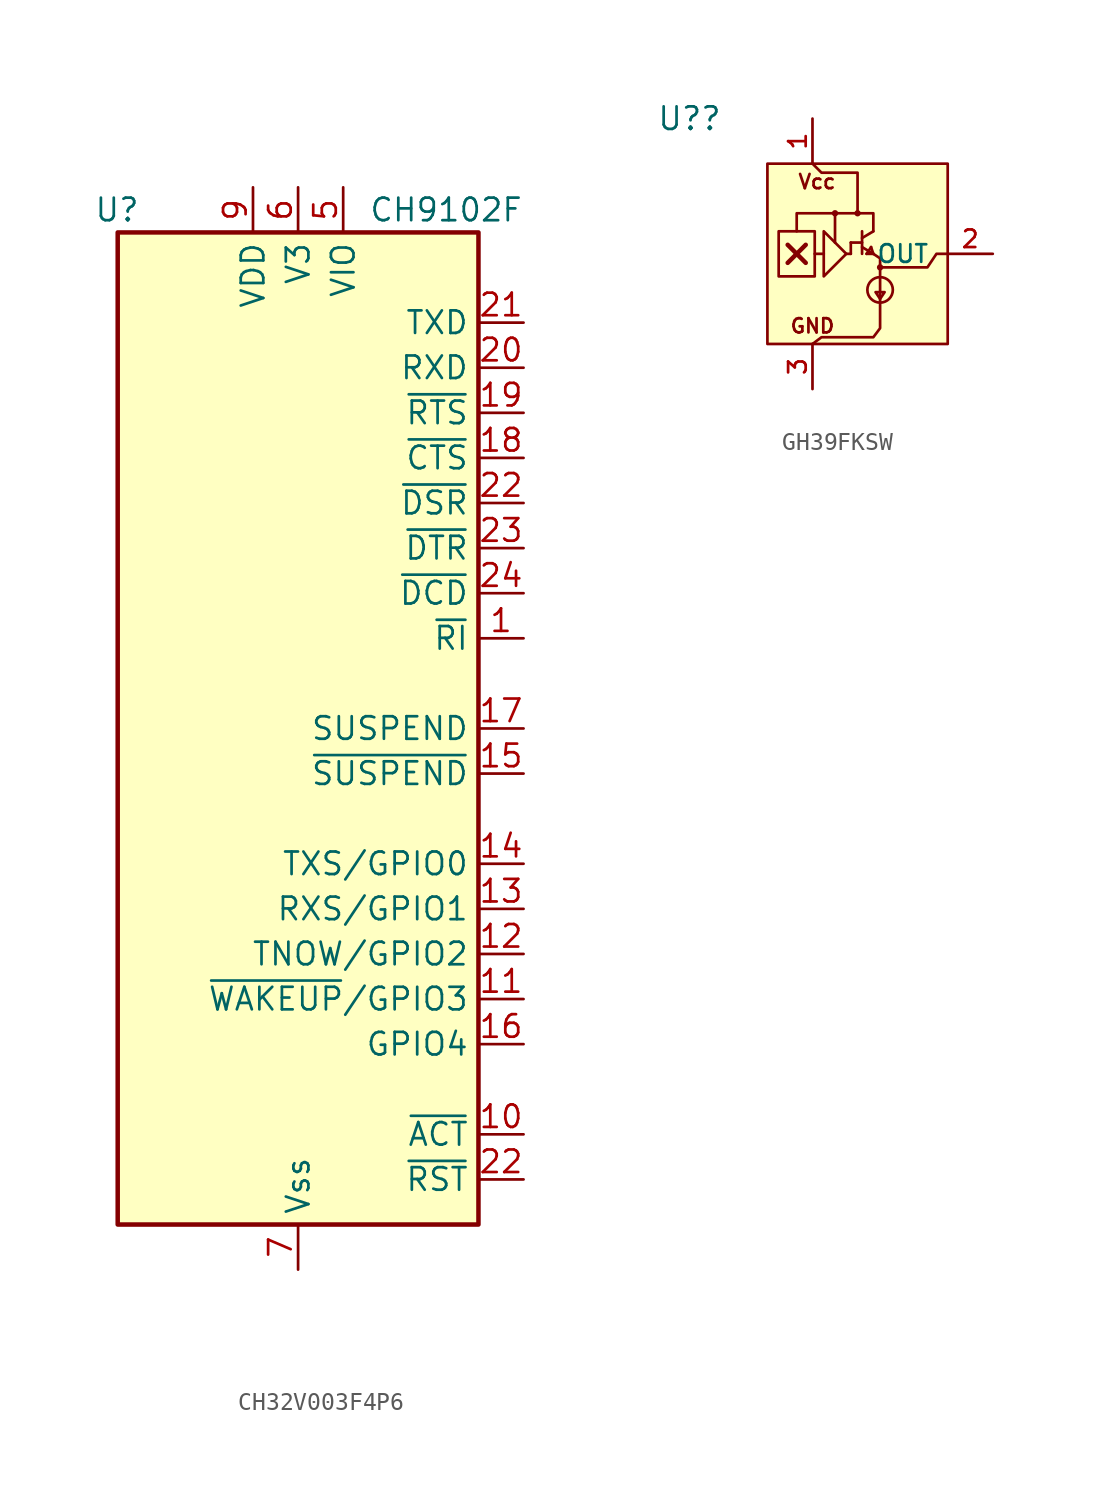
<source format=kicad_sym>
(kicad_symbol_lib
  (version 20220914)
  (generator kicad_symbol_editor)
  (symbol "CH32V003F4P6"
    (property "Reference" "U"
      (at -8.89 29.21 0)
      (effects (font (size 1.27 1.27)) (justify right)))
    (property "Value" "CH9102F"
      (at 12.7 29.21 0)
      (effects (font (size 1.27 1.27)) (justify right)))
    (symbol "CH32V003F4P6_1_1"
      (rectangle (start -10.16 27.94) (end 10.16 -27.94) (stroke (width 0.254) (type default)) (fill (type background)))
      (pin input line (at 12.7 5.08 180) (length 2.54) (name "~{RI}" (effects (font (size 1.27 1.27)))) (number "1" (effects (font (size 1.27 1.27)))))
      (pin output line (at 12.7 -22.86 180) (length 2.54) (name "~{ACT}" (effects (font (size 1.27 1.27)))) (number "10" (effects (font (size 1.27 1.27)))))
      (pin bidirectional line (at 12.7 -15.24 180) (length 2.54) (name "~{WAKEUP}/GPIO3" (effects (font (size 1.27 1.27)))) (number "11" (effects (font (size 1.27 1.27)))))
      (pin bidirectional line (at 12.7 -12.7 180) (length 2.54) (name "TNOW/GPIO2" (effects (font (size 1.27 1.27)))) (number "12" (effects (font (size 1.27 1.27)))))
      (pin bidirectional line (at 12.7 -10.16 180) (length 2.54) (name "RXS/GPIO1" (effects (font (size 1.27 1.27)))) (number "13" (effects (font (size 1.27 1.27)))))
      (pin bidirectional line (at 12.7 -7.62 180) (length 2.54) (name "TXS/GPIO0" (effects (font (size 1.27 1.27)))) (number "14" (effects (font (size 1.27 1.27)))))
      (pin output line (at 12.7 -2.54 180) (length 2.54) (name "~{SUSPEND}" (effects (font (size 1.27 1.27)))) (number "15" (effects (font (size 1.27 1.27)))))
      (pin bidirectional line (at 12.7 -17.78 180) (length 2.54) (name "GPIO4" (effects (font (size 1.27 1.27)))) (number "16" (effects (font (size 1.27 1.27)))))
      (pin output line (at 12.7 0 180) (length 2.54) (name "SUSPEND" (effects (font (size 1.27 1.27)))) (number "17" (effects (font (size 1.27 1.27)))))
      (pin input line (at 12.7 15.24 180) (length 2.54) (name "~{CTS}" (effects (font (size 1.27 1.27)))) (number "18" (effects (font (size 1.27 1.27)))))
      (pin output line (at 12.7 17.78 180) (length 2.54) (name "~{RTS}" (effects (font (size 1.27 1.27)))) (number "19" (effects (font (size 1.27 1.27)))))
      (pin input line (at 12.7 20.32 180) (length 2.54) (name "RXD" (effects (font (size 1.27 1.27)))) (number "20" (effects (font (size 1.27 1.27)))))
      (pin output line (at 12.7 22.86 180) (length 2.54) (name "TXD" (effects (font (size 1.27 1.27)))) (number "21" (effects (font (size 1.27 1.27)))))
      (pin input line (at 12.7 12.7 180) (length 2.54) (name "~{DSR}" (effects (font (size 1.27 1.27)))) (number "22" (effects (font (size 1.27 1.27)))))
      (pin input line (at 12.7 -25.4 180) (length 2.54) (name "~{RST}" (effects (font (size 1.27 1.27)))) (number "22" (effects (font (size 1.27 1.27)))))
      (pin output line (at 12.7 10.16 180) (length 2.54) (name "~{DTR}" (effects (font (size 1.27 1.27)))) (number "23" (effects (font (size 1.27 1.27)))))
      (pin input line (at 12.7 7.62 180) (length 2.54) (name "~{DCD}" (effects (font (size 1.27 1.27)))) (number "24" (effects (font (size 1.27 1.27)))))
      (pin power_in line (at 2.54 30.48 270) (length 2.54) (name "VIO" (effects (font (size 1.27 1.27)))) (number "5" (effects (font (size 1.27 1.27)))))
      (pin power_out line (at 0 30.48 270) (length 2.54) (name "V3" (effects (font (size 1.27 1.27)))) (number "6" (effects (font (size 1.27 1.27)))))
      (pin power_in line (at 0 -30.48 90) (length 2.54) (name "Vss" (effects (font (size 1.27 1.27)))) (number "7" (effects (font (size 1.27 1.27)))))
      (pin power_in line (at -2.54 30.48 270) (length 2.54) (name "VDD" (effects (font (size 1.27 1.27)))) (number "9" (effects (font (size 1.27 1.27)))))))
  (symbol "GH39FKSW"
    (pin_names
      (offset 1.016))
    (property "Reference" "U?"
      (at -7.62 7.62 0)
      (effects (font (size 1.27 1.27)) (justify right)))
    (symbol "GH39FKSW_0_1"
      (rectangle (start -5.08 5.08) (end 5.08 -5.08) (stroke (width 0) (type default)) (fill (type background)))
      (polyline (pts (xy -2.921 -0.508) (xy -3.937 0.508)) (stroke (width 0.254) (type default)) (fill (type none)))
      (polyline (pts (xy -2.921 0.508) (xy -3.937 -0.508)) (stroke (width 0.254) (type default)) (fill (type none)))
      (polyline (pts (xy -2.413 0) (xy -1.905 0)) (stroke (width 0) (type default)) (fill (type none)))
      (polyline (pts (xy -0.635 0) (xy -0.381 0)) (stroke (width 0) (type default)) (fill (type none)))
      (polyline (pts (xy -0.381 0) (xy -0.381 0.635)) (stroke (width 0) (type default)) (fill (type none)))
      (polyline (pts (xy -0.381 0.635) (xy 0.254 0.635)) (stroke (width 0) (type default)) (fill (type none)))
      (polyline (pts (xy 0.254 0) (xy 0.254 1.27)) (stroke (width 0) (type default)) (fill (type none)))
      (polyline (pts (xy 0.254 0.381) (xy 0.889 0)) (stroke (width 0) (type default)) (fill (type none)))
      (polyline (pts (xy 0.254 0.889) (xy 0.889 1.27)) (stroke (width 0) (type default)) (fill (type none)))
      (polyline (pts (xy 0.508 0) (xy 0.762 0.381)) (stroke (width 0) (type default)) (fill (type none)))
      (polyline (pts (xy 0.508 0) (xy 0.889 0)) (stroke (width 0) (type default)) (fill (type none)))
      (polyline (pts (xy 0.762 0.381) (xy 0.889 0)) (stroke (width 0) (type default)) (fill (type none))))
    (symbol "GH39FKSW_1_1"
      (rectangle (start -4.445 1.27) (end -2.413 -1.27) (stroke (width 0) (type default)) (fill (type none)))
      (circle (center -1.27 2.286) (radius 0.18) (stroke (width -0.0001) (type default)) (fill (type outline)))
      (polyline (pts (xy -1.27 0.635) (xy -1.27 2.286)) (stroke (width 0) (type default)) (fill (type none)))
      (polyline (pts (xy 0.889 1.27) (xy 0.889 2.286) (xy 0 2.286)) (stroke (width 0) (type default)) (fill (type none)))
      (polyline (pts (xy -1.905 1.27) (xy -1.905 -1.27) (xy -0.635 0) (xy -1.905 1.27)) (stroke (width 0) (type default)) (fill (type none)))
      (polyline (pts (xy 1.016 -2.159) (xy 1.524 -2.159) (xy 1.27 -2.54) (xy 1.016 -2.159)) (stroke (width 0) (type default)) (fill (type none)))
      (polyline (pts (xy 1.27 -0.762) (xy 1.27 -4.191) (xy 0.889 -4.699) (xy -2.032 -4.699) (xy -2.54 -5.08)) (stroke (width 0) (type default)) (fill (type none)))
      (polyline (pts (xy -2.54 5.08) (xy -2.032 4.572) (xy 0 4.572) (xy 0 2.286) (xy -3.429 2.286) (xy -3.429 1.27)) (stroke (width 0) (type default)) (fill (type none)))
      (polyline (pts (xy 0.889 0) (xy 1.27 -0.254) (xy 1.27 -0.762) (xy 3.937 -0.762) (xy 4.445 0) (xy 5.08 0)) (stroke (width 0) (type default)) (fill (type none)))
      (circle (center 0 2.286) (radius 0.18) (stroke (width -0.0001) (type default)) (fill (type outline)))
      (circle (center 1.27 -2.032) (radius 0.718) (stroke (width 0) (type default)) (fill (type none)))
      (circle (center 1.27 -0.762) (radius 0.18) (stroke (width -0.0001) (type default)) (fill (type outline)))
      (text "GND" (at -2.54 -4.064 0) (effects (font (size 0.8 0.8))))
      (text "Vcc\n" (at -2.286 4.064 0) (effects (font (size 0.8 0.8))))
      (pin power_in line (at -2.54 7.62 270) (length 2.54) (name "VDD" (effects (font (size 0 0)))) (number "1" (effects (font (size 0.991 0.991)))))
      (pin output line (at 7.62 0 180) (length 2.54) (name "OUT" (effects (font (size 0.991 0.991)))) (number "2" (effects (font (size 0.991 0.991)))))
      (pin power_in line (at -2.54 -7.62 90) (length 2.54) (name "GND" (effects (font (size 0 0)))) (number "3" (effects (font (size 0.991 0.991))))))))
</source>
